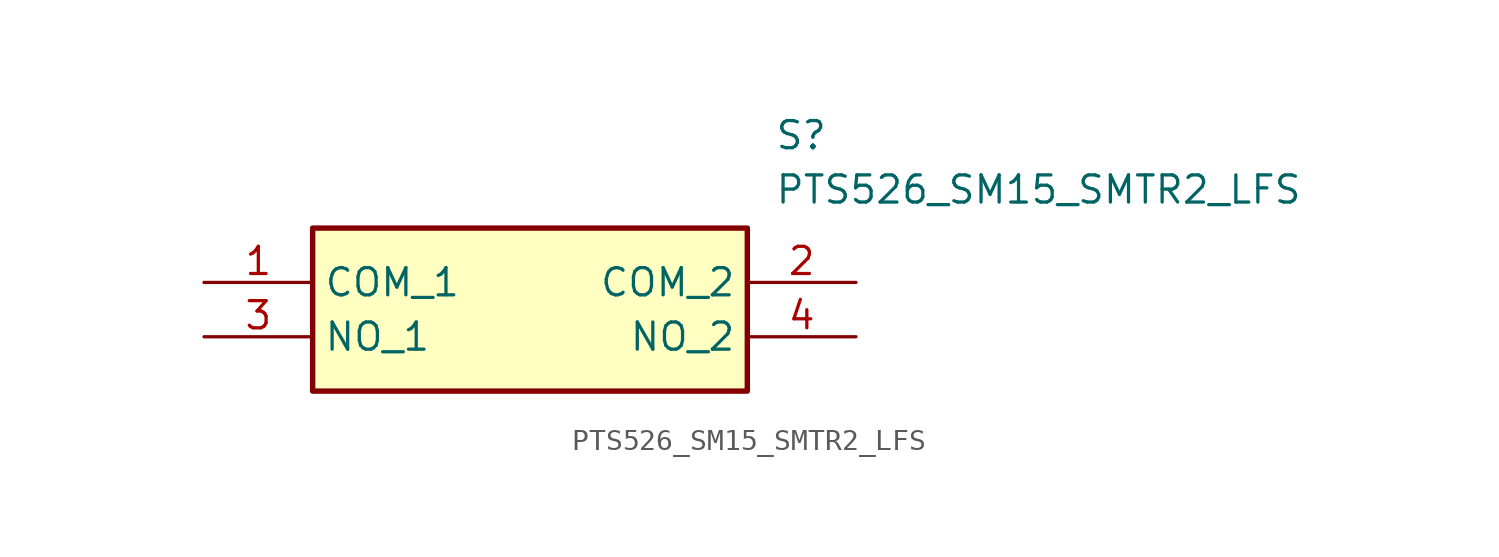
<source format=kicad_sym>
(kicad_symbol_lib
  (version 20211014)
  (generator SamacSys_ECAD_Model)
  (symbol "PTS526_SM15_SMTR2_LFS"
    (property "Reference" "S"
      (at 26.67 7.62 0)
      (effects (font (size 1.27 1.27)) (justify left top)))
    (property "Value" "PTS526_SM15_SMTR2_LFS"
      (at 26.67 5.08 0)
      (effects (font (size 1.27 1.27)) (justify left top)))
    (rectangle
      (start 5.08 2.54)
      (end 25.4 -5.08)
      (stroke (width 0.254) (type default))
      (fill (type background)))
    (pin passive line
      (at 0 0 0)
      (length 5.08)
      (name "COM_1" (effects (font (size 1.27 1.27))))
      (number "1" (effects (font (size 1.27 1.27)))))
    (pin passive line
      (at 30.48 0 180)
      (length 5.08)
      (name "COM_2" (effects (font (size 1.27 1.27))))
      (number "2" (effects (font (size 1.27 1.27)))))
    (pin passive line
      (at 0 -2.54 0)
      (length 5.08)
      (name "NO_1" (effects (font (size 1.27 1.27))))
      (number "3" (effects (font (size 1.27 1.27)))))
    (pin passive line
      (at 30.48 -2.54 180)
      (length 5.08)
      (name "NO_2" (effects (font (size 1.27 1.27))))
      (number "4" (effects (font (size 1.27 1.27)))))))
</source>
